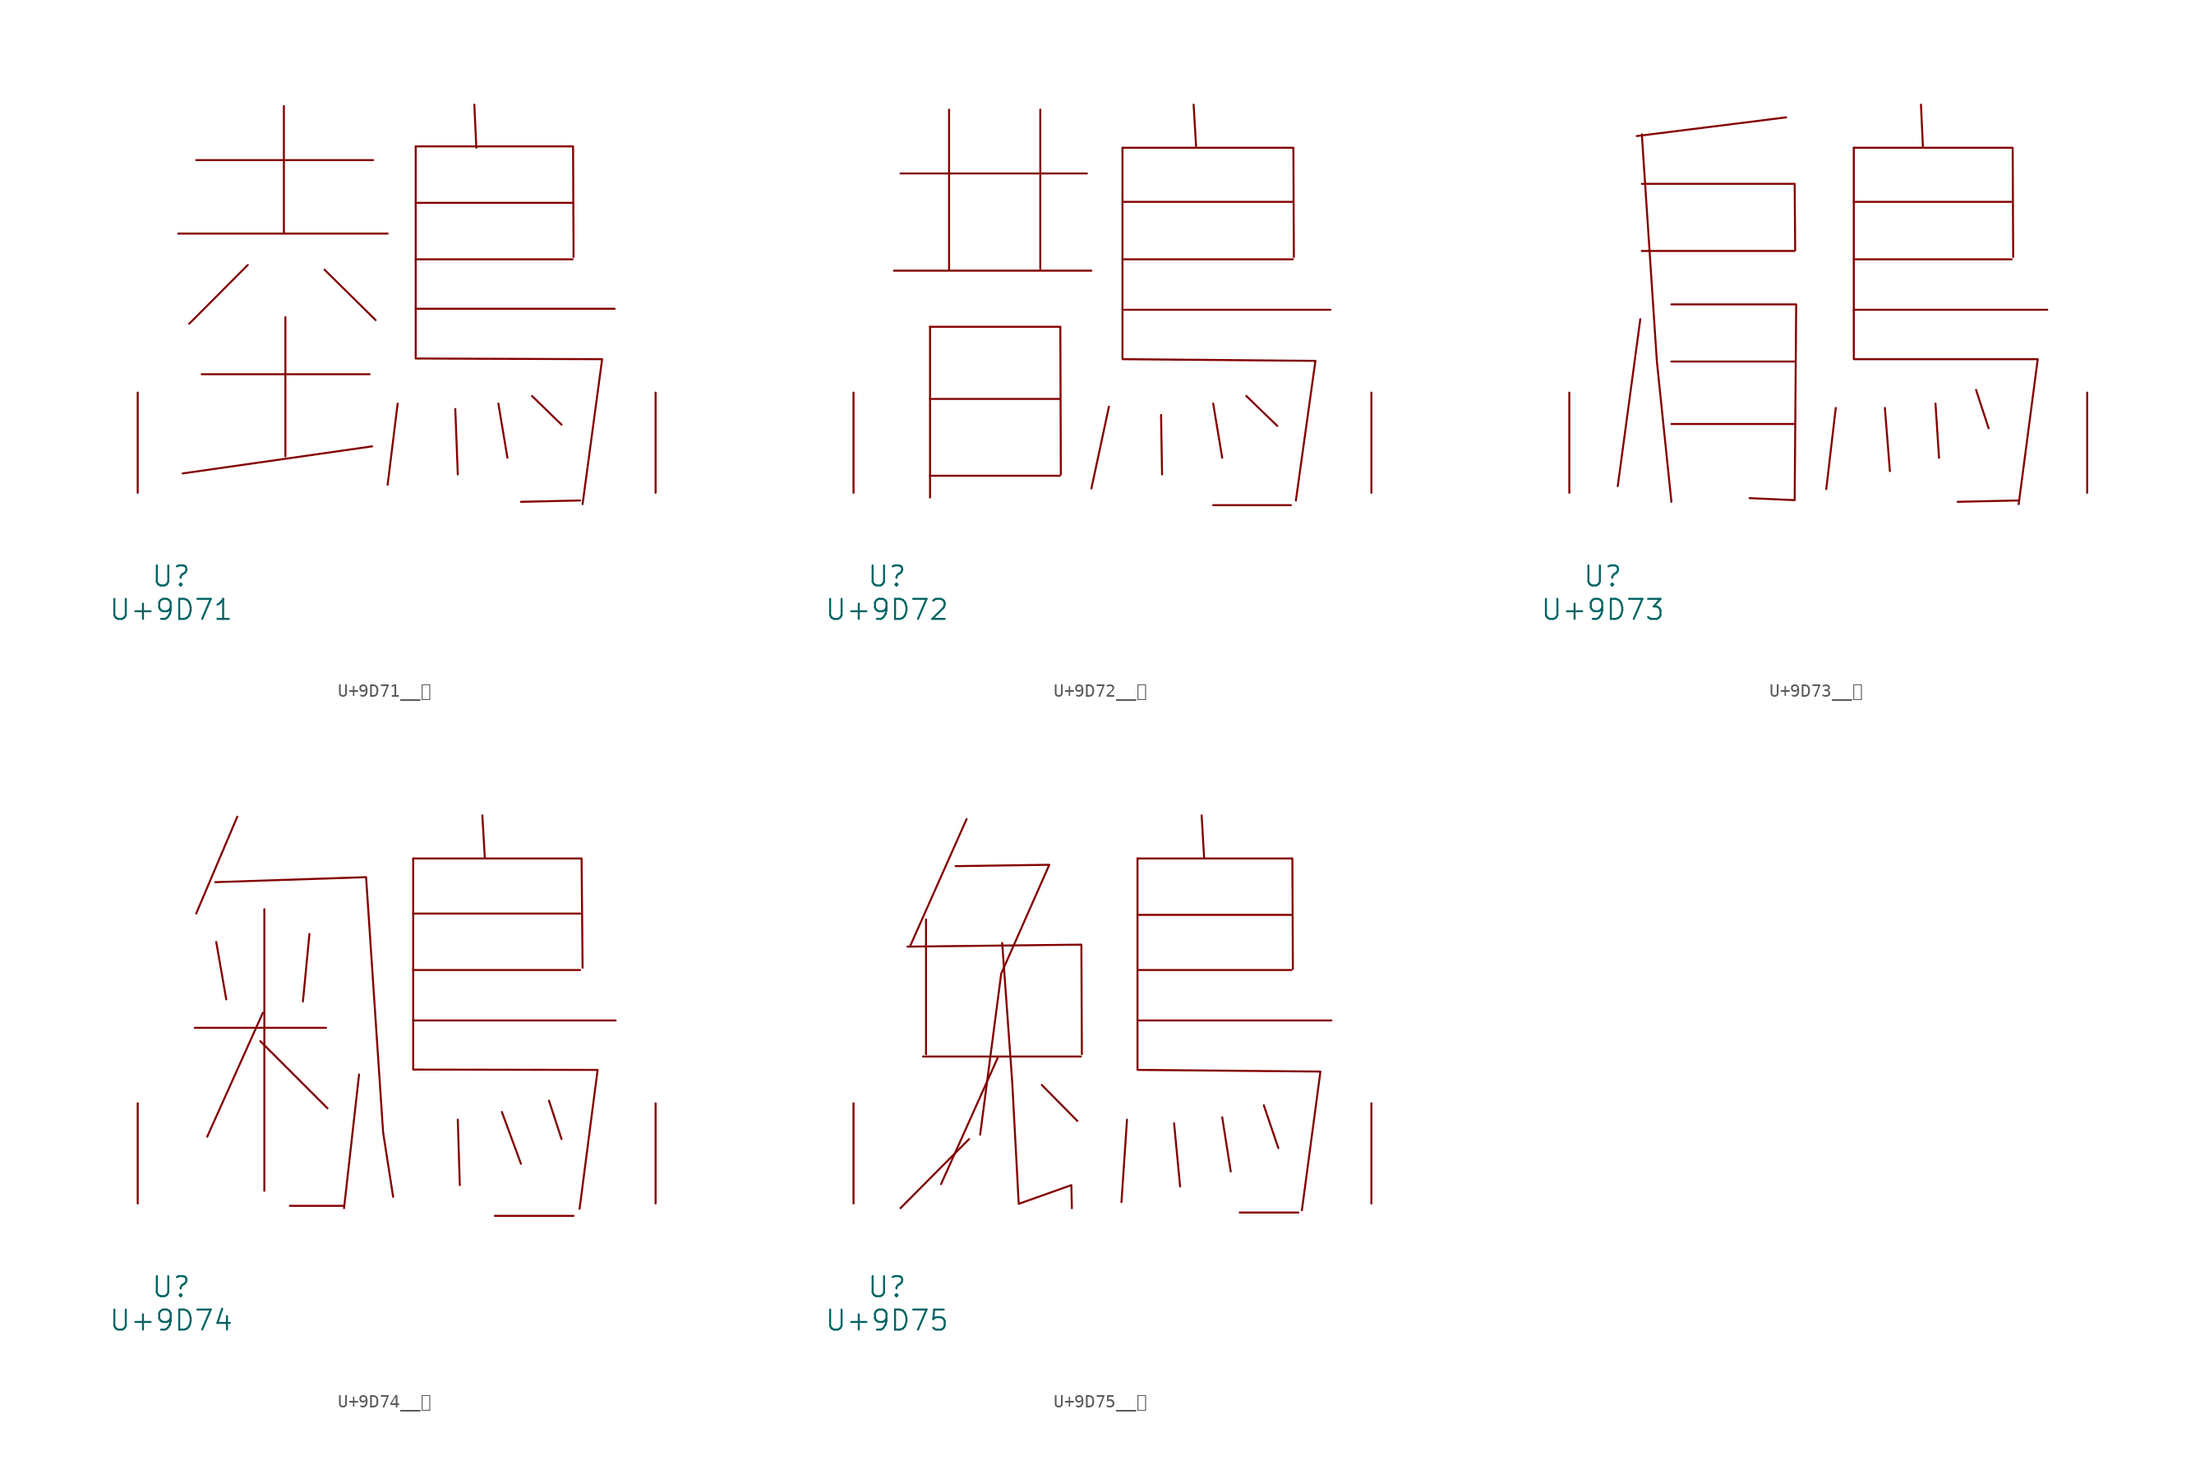
<source format=kicad_sym>
(kicad_symbol_lib
  (version 20231120)
  (generator "kicad_symbol_editor")
  (generator_version "8.0")
  (symbol "U+9D71__鵱"
    (pin_names
      (offset 1.016))
    (property "Reference" "U"
      (at 0 -6.35 0)
      (effects (font (size 1.524 1.524))))
    (property "Value" "U+9D71"
      (at 0 -8.89 0)
      (effects (font (size 1.524 1.524))))
    (symbol "U+9D71__鵱_0_1"
      (polyline (pts (xy 0.533 19.71) (xy 16.459 19.71)) (stroke (width 0) (type solid)) (fill (type none)))
      (polyline (pts (xy 1.905 25.298) (xy 15.354 25.298)) (stroke (width 0) (type solid)) (fill (type none)))
      (polyline (pts (xy 2.324 9.017) (xy 15.088 9.017)) (stroke (width 0) (type solid)) (fill (type none)))
      (polyline (pts (xy 5.829 17.323) (xy 1.372 12.852)) (stroke (width 0) (type solid)) (fill (type none)))
      (polyline (pts (xy 8.572 29.413) (xy 8.572 19.812)) (stroke (width 0) (type solid)) (fill (type none)))
      (polyline (pts (xy 8.687 13.36) (xy 8.687 2.769)) (stroke (width 0) (type solid)) (fill (type none)))
      (polyline (pts (xy 11.659 16.967) (xy 15.545 13.132)) (stroke (width 0) (type solid)) (fill (type none)))
      (polyline (pts (xy 15.278 3.531) (xy 0.876 1.473)) (stroke (width 0) (type solid)) (fill (type none)))
      (polyline (pts (xy 17.221 6.782) (xy 16.459 0.61)) (stroke (width 0) (type solid)) (fill (type none)))
      (polyline (pts (xy 18.593 13.995) (xy 33.718 13.995)) (stroke (width 0) (type solid)) (fill (type none)))
      (polyline (pts (xy 18.593 17.755) (xy 30.518 17.755)) (stroke (width 0) (type solid)) (fill (type none)))
      (polyline (pts (xy 18.593 22.047) (xy 30.518 22.047)) (stroke (width 0) (type solid)) (fill (type none)))
      (polyline (pts (xy 21.603 6.375) (xy 21.793 1.397)) (stroke (width 0) (type solid)) (fill (type none)))
      (polyline (pts (xy 23.05 29.515) (xy 23.203 26.238)) (stroke (width 0) (type solid)) (fill (type none)))
      (polyline (pts (xy 24.879 6.782) (xy 25.565 2.667)) (stroke (width 0) (type solid)) (fill (type none)))
      (polyline (pts (xy 27.432 7.366) (xy 29.68 5.182)) (stroke (width 0) (type solid)) (fill (type none)))
      (polyline (pts (xy 31.09 -0.584) (xy 26.594 -0.686)) (stroke (width 0) (type solid)) (fill (type none)))
      (polyline (pts (xy 18.593 26.34) (xy 30.556 26.34) (xy 30.594 17.932)) (stroke (width 0) (type solid)) (fill (type none)))
      (polyline (pts (xy 18.593 26.34) (xy 18.593 10.211) (xy 32.766 10.16) (xy 31.28 -0.864)) (stroke (width 0) (type solid)) (fill (type none)))
      (pin input line (at -2.54 0 90) (length 7.62) (name "~" (effects (font (size 1.27 1.27)))) (number "~" (effects (font (size 1.27 1.27)))))
      (pin input line (at 36.83 0 90) (length 7.62) (name "~" (effects (font (size 1.27 1.27)))) (number "~" (effects (font (size 1.27 1.27)))))))
  (symbol "U+9D72__鵲"
    (pin_names
      (offset 1.016))
    (property "Reference" "U"
      (at 0 -6.35 0)
      (effects (font (size 1.524 1.524))))
    (property "Value" "U+9D72"
      (at 0 -8.89 0)
      (effects (font (size 1.524 1.524))))
    (symbol "U+9D72__鵲_0_1"
      (polyline (pts (xy 0.533 16.891) (xy 15.545 16.891)) (stroke (width 0) (type solid)) (fill (type none)))
      (polyline (pts (xy 1.029 24.282) (xy 15.202 24.282)) (stroke (width 0) (type solid)) (fill (type none)))
      (polyline (pts (xy 3.277 1.295) (xy 13.145 1.295)) (stroke (width 0) (type solid)) (fill (type none)))
      (polyline (pts (xy 3.277 7.137) (xy 13.145 7.137)) (stroke (width 0) (type solid)) (fill (type none)))
      (polyline (pts (xy 3.277 12.624) (xy 3.277 -0.356)) (stroke (width 0) (type solid)) (fill (type none)))
      (polyline (pts (xy 4.724 29.134) (xy 4.724 16.967)) (stroke (width 0) (type solid)) (fill (type none)))
      (polyline (pts (xy 11.659 29.134) (xy 11.659 16.967)) (stroke (width 0) (type solid)) (fill (type none)))
      (polyline (pts (xy 16.878 6.553) (xy 15.545 0.33)) (stroke (width 0) (type solid)) (fill (type none)))
      (polyline (pts (xy 17.907 13.919) (xy 33.718 13.919)) (stroke (width 0) (type solid)) (fill (type none)))
      (polyline (pts (xy 17.907 17.755) (xy 30.861 17.755)) (stroke (width 0) (type solid)) (fill (type none)))
      (polyline (pts (xy 17.907 22.123) (xy 30.861 22.123)) (stroke (width 0) (type solid)) (fill (type none)))
      (polyline (pts (xy 20.841 5.918) (xy 20.917 1.397)) (stroke (width 0) (type solid)) (fill (type none)))
      (polyline (pts (xy 23.317 29.515) (xy 23.508 26.238)) (stroke (width 0) (type solid)) (fill (type none)))
      (polyline (pts (xy 24.803 -0.94) (xy 30.709 -0.94)) (stroke (width 0) (type solid)) (fill (type none)))
      (polyline (pts (xy 24.803 6.782) (xy 25.489 2.667)) (stroke (width 0) (type solid)) (fill (type none)))
      (polyline (pts (xy 27.318 7.366) (xy 29.68 5.08)) (stroke (width 0) (type solid)) (fill (type none)))
      (polyline (pts (xy 3.277 12.624) (xy 13.183 12.624) (xy 13.221 1.397)) (stroke (width 0) (type solid)) (fill (type none)))
      (polyline (pts (xy 17.907 26.238) (xy 30.899 26.238) (xy 30.937 17.932)) (stroke (width 0) (type solid)) (fill (type none)))
      (polyline (pts (xy 17.907 26.238) (xy 17.907 10.16) (xy 32.575 10.033) (xy 31.09 -0.584)) (stroke (width 0) (type solid)) (fill (type none)))
      (pin input line (at -2.54 0 90) (length 7.62) (name "~" (effects (font (size 1.27 1.27)))) (number "~" (effects (font (size 1.27 1.27)))))
      (pin input line (at 36.83 0 90) (length 7.62) (name "~" (effects (font (size 1.27 1.27)))) (number "~" (effects (font (size 1.27 1.27)))))))
  (symbol "U+9D73__鵳"
    (pin_names
      (offset 1.016))
    (property "Reference" "U"
      (at 0 -6.35 0)
      (effects (font (size 1.524 1.524))))
    (property "Value" "U+9D73"
      (at 0 -8.89 0)
      (effects (font (size 1.524 1.524))))
    (symbol "U+9D73__鵳_0_1"
      (polyline (pts (xy 2.857 13.208) (xy 1.143 0.508)) (stroke (width 0) (type solid)) (fill (type none)))
      (polyline (pts (xy 2.972 18.39) (xy 14.592 18.39)) (stroke (width 0) (type solid)) (fill (type none)))
      (polyline (pts (xy 5.22 5.232) (xy 14.63 5.232)) (stroke (width 0) (type solid)) (fill (type none)))
      (polyline (pts (xy 5.22 9.982) (xy 14.63 9.982)) (stroke (width 0) (type solid)) (fill (type none)))
      (polyline (pts (xy 13.945 28.55) (xy 2.591 27.127)) (stroke (width 0) (type solid)) (fill (type none)))
      (polyline (pts (xy 17.716 6.452) (xy 16.993 0.279)) (stroke (width 0) (type solid)) (fill (type none)))
      (polyline (pts (xy 19.088 13.919) (xy 33.795 13.919)) (stroke (width 0) (type solid)) (fill (type none)))
      (polyline (pts (xy 19.088 17.755) (xy 31.09 17.755)) (stroke (width 0) (type solid)) (fill (type none)))
      (polyline (pts (xy 19.088 22.123) (xy 31.09 22.123)) (stroke (width 0) (type solid)) (fill (type none)))
      (polyline (pts (xy 21.45 6.452) (xy 21.831 1.651)) (stroke (width 0) (type solid)) (fill (type none)))
      (polyline (pts (xy 24.194 29.515) (xy 24.346 26.238)) (stroke (width 0) (type solid)) (fill (type none)))
      (polyline (pts (xy 25.298 6.782) (xy 25.565 2.667)) (stroke (width 0) (type solid)) (fill (type none)))
      (polyline (pts (xy 28.384 7.823) (xy 29.337 4.902)) (stroke (width 0) (type solid)) (fill (type none)))
      (polyline (pts (xy 31.547 -0.584) (xy 26.975 -0.686)) (stroke (width 0) (type solid)) (fill (type none)))
      (polyline (pts (xy 2.972 23.495) (xy 14.592 23.495) (xy 14.63 18.44)) (stroke (width 0) (type solid)) (fill (type none)))
      (polyline (pts (xy 2.972 27.254) (xy 4.115 10.008) (xy 5.22 -0.686)) (stroke (width 0) (type solid)) (fill (type none)))
      (polyline (pts (xy 19.088 26.238) (xy 31.166 26.238) (xy 31.204 17.932)) (stroke (width 0) (type solid)) (fill (type none)))
      (polyline (pts (xy 5.22 14.326) (xy 14.707 14.326) (xy 14.592 -0.559) (xy 11.163 -0.406)) (stroke (width 0) (type solid)) (fill (type none)))
      (polyline (pts (xy 19.088 26.238) (xy 19.088 10.16) (xy 33.071 10.16) (xy 31.623 -0.864)) (stroke (width 0) (type solid)) (fill (type none)))
      (pin input line (at -2.54 0 90) (length 7.62) (name "~" (effects (font (size 1.27 1.27)))) (number "~" (effects (font (size 1.27 1.27)))))
      (pin input line (at 36.83 0 90) (length 7.62) (name "~" (effects (font (size 1.27 1.27)))) (number "~" (effects (font (size 1.27 1.27)))))))
  (symbol "U+9D74__鵴"
    (pin_names
      (offset 1.016))
    (property "Reference" "U"
      (at 0 -6.35 0)
      (effects (font (size 1.524 1.524))))
    (property "Value" "U+9D74"
      (at 0 -8.89 0)
      (effects (font (size 1.524 1.524))))
    (symbol "U+9D74__鵴_0_1"
      (polyline (pts (xy 1.791 13.36) (xy 11.773 13.36)) (stroke (width 0) (type solid)) (fill (type none)))
      (polyline (pts (xy 3.429 19.888) (xy 4.191 15.519)) (stroke (width 0) (type solid)) (fill (type none)))
      (polyline (pts (xy 5.029 29.413) (xy 1.905 22.047)) (stroke (width 0) (type solid)) (fill (type none)))
      (polyline (pts (xy 6.782 12.344) (xy 11.887 7.239)) (stroke (width 0) (type solid)) (fill (type none)))
      (polyline (pts (xy 6.972 14.503) (xy 2.743 5.08)) (stroke (width 0) (type solid)) (fill (type none)))
      (polyline (pts (xy 7.087 22.377) (xy 7.087 0.965)) (stroke (width 0) (type solid)) (fill (type none)))
      (polyline (pts (xy 10.516 20.498) (xy 10.02 15.367)) (stroke (width 0) (type solid)) (fill (type none)))
      (polyline (pts (xy 13.145 -0.178) (xy 9.03 -0.178)) (stroke (width 0) (type solid)) (fill (type none)))
      (polyline (pts (xy 14.287 9.804) (xy 13.145 -0.356)) (stroke (width 0) (type solid)) (fill (type none)))
      (polyline (pts (xy 18.402 13.919) (xy 33.795 13.919)) (stroke (width 0) (type solid)) (fill (type none)))
      (polyline (pts (xy 18.402 17.755) (xy 31.09 17.755)) (stroke (width 0) (type solid)) (fill (type none)))
      (polyline (pts (xy 18.402 22.047) (xy 31.09 22.047)) (stroke (width 0) (type solid)) (fill (type none)))
      (polyline (pts (xy 21.793 6.375) (xy 21.946 1.397)) (stroke (width 0) (type solid)) (fill (type none)))
      (polyline (pts (xy 23.66 29.515) (xy 23.851 26.238)) (stroke (width 0) (type solid)) (fill (type none)))
      (polyline (pts (xy 24.613 -0.94) (xy 30.594 -0.94)) (stroke (width 0) (type solid)) (fill (type none)))
      (polyline (pts (xy 25.146 6.96) (xy 26.594 3.023)) (stroke (width 0) (type solid)) (fill (type none)))
      (polyline (pts (xy 28.727 7.823) (xy 29.68 4.902)) (stroke (width 0) (type solid)) (fill (type none)))
      (polyline (pts (xy 18.402 26.238) (xy 31.204 26.238) (xy 31.28 17.932)) (stroke (width 0) (type solid)) (fill (type none)))
      (polyline (pts (xy 3.353 24.435) (xy 14.821 24.816) (xy 16.116 5.41) (xy 16.878 0.508)) (stroke (width 0) (type solid)) (fill (type none)))
      (polyline (pts (xy 18.402 26.238) (xy 18.402 10.185) (xy 32.423 10.16) (xy 31.052 -0.406)) (stroke (width 0) (type solid)) (fill (type none)))
      (pin input line (at -2.54 0 90) (length 7.62) (name "~" (effects (font (size 1.27 1.27)))) (number "~" (effects (font (size 1.27 1.27)))))
      (pin input line (at 36.83 0 90) (length 7.62) (name "~" (effects (font (size 1.27 1.27)))) (number "~" (effects (font (size 1.27 1.27)))))))
  (symbol "U+9D75__鵵"
    (pin_names
      (offset 1.016))
    (property "Reference" "U"
      (at 0 -6.35 0)
      (effects (font (size 1.524 1.524))))
    (property "Value" "U+9D75"
      (at 0 -8.89 0)
      (effects (font (size 1.524 1.524))))
    (symbol "U+9D75__鵵_0_1"
      (polyline (pts (xy 2.743 11.176) (xy 14.745 11.176)) (stroke (width 0) (type solid)) (fill (type none)))
      (polyline (pts (xy 2.972 21.59) (xy 2.972 11.354)) (stroke (width 0) (type solid)) (fill (type none)))
      (polyline (pts (xy 6.058 29.235) (xy 1.791 19.634)) (stroke (width 0) (type solid)) (fill (type none)))
      (polyline (pts (xy 6.248 4.902) (xy 1.029 -0.356)) (stroke (width 0) (type solid)) (fill (type none)))
      (polyline (pts (xy 8.42 11.074) (xy 4.115 1.473)) (stroke (width 0) (type solid)) (fill (type none)))
      (polyline (pts (xy 11.773 9.017) (xy 14.478 6.274)) (stroke (width 0) (type solid)) (fill (type none)))
      (polyline (pts (xy 18.25 6.375) (xy 17.831 0.102)) (stroke (width 0) (type solid)) (fill (type none)))
      (polyline (pts (xy 19.05 13.919) (xy 33.795 13.919)) (stroke (width 0) (type solid)) (fill (type none)))
      (polyline (pts (xy 19.05 17.755) (xy 30.747 17.755)) (stroke (width 0) (type solid)) (fill (type none)))
      (polyline (pts (xy 19.05 21.946) (xy 30.747 21.946)) (stroke (width 0) (type solid)) (fill (type none)))
      (polyline (pts (xy 21.831 6.096) (xy 22.288 1.295)) (stroke (width 0) (type solid)) (fill (type none)))
      (polyline (pts (xy 23.927 29.515) (xy 24.117 26.238)) (stroke (width 0) (type solid)) (fill (type none)))
      (polyline (pts (xy 25.489 6.553) (xy 26.137 2.438)) (stroke (width 0) (type solid)) (fill (type none)))
      (polyline (pts (xy 26.822 -0.686) (xy 31.28 -0.686)) (stroke (width 0) (type solid)) (fill (type none)))
      (polyline (pts (xy 28.651 7.468) (xy 29.756 4.216)) (stroke (width 0) (type solid)) (fill (type none)))
      (polyline (pts (xy 1.562 19.533) (xy 14.783 19.685) (xy 14.821 11.354)) (stroke (width 0) (type solid)) (fill (type none)))
      (polyline (pts (xy 19.05 26.238) (xy 30.823 26.238) (xy 30.861 17.831)) (stroke (width 0) (type solid)) (fill (type none)))
      (polyline (pts (xy 5.22 25.654) (xy 12.344 25.756) (xy 8.687 17.475) (xy 7.087 5.232)) (stroke (width 0) (type solid)) (fill (type none)))
      (polyline (pts (xy 19.05 26.238) (xy 19.05 10.16) (xy 32.956 10.033) (xy 31.547 -0.508)) (stroke (width 0) (type solid)) (fill (type none)))
      (polyline (pts (xy 8.763 19.812) (xy 9.525 9.22) (xy 10.02 -0.025) (xy 14.021 1.397) (xy 14.059 -0.356)) (stroke (width 0) (type solid)) (fill (type none)))
      (pin input line (at -2.54 0 90) (length 7.62) (name "~" (effects (font (size 1.27 1.27)))) (number "~" (effects (font (size 1.27 1.27)))))
      (pin input line (at 36.83 0 90) (length 7.62) (name "~" (effects (font (size 1.27 1.27)))) (number "~" (effects (font (size 1.27 1.27))))))))
</source>
